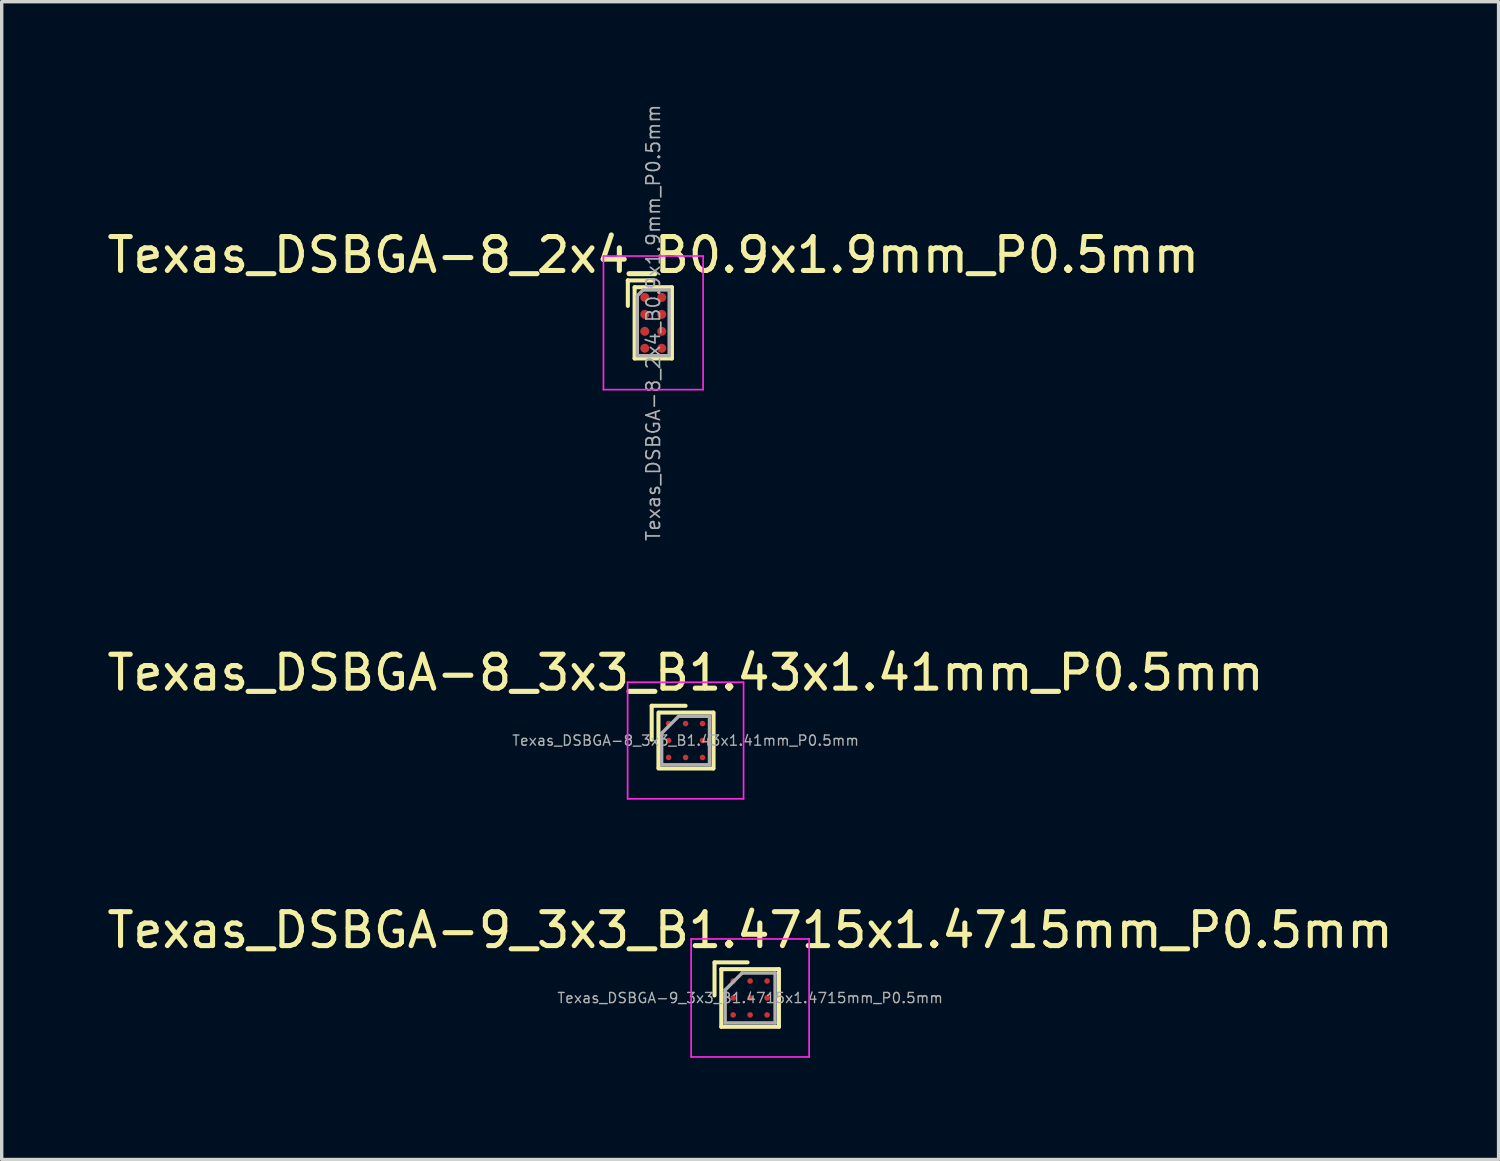
<source format=kicad_pcb>
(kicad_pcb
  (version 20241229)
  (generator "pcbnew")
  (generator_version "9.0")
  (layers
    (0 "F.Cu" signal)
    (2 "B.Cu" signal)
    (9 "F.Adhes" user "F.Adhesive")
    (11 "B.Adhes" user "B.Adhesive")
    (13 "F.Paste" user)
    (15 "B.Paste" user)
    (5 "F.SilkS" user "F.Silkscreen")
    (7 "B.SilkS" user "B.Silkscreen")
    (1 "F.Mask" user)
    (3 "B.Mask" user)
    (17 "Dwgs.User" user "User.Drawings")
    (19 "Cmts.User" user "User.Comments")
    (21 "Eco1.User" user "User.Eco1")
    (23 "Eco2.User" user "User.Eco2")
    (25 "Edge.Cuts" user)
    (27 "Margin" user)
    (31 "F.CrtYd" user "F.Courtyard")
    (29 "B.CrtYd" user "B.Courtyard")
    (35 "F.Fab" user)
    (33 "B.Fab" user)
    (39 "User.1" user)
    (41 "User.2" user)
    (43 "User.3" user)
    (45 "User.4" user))
  (footprint "Texas_DSBGA-8_2x4_B0.9x1.9mm_P0.5mm"
    (layer "F.Cu")
    (at 16.22 6.473)
    (property "Reference" "Texas_DSBGA-8_2x4_B0.9x1.9mm_P0.5mm" (at 0 -2 0) (layer "F.SilkS") (effects (font (size 1 1) (thickness 0.15))))
    (attr smd)
    (fp_line (start -0.75 -1.25) (end -0.75 -1.25) (stroke (width 0.12) (type solid)) (layer "F.SilkS"))
    (fp_line (start -0.75 -1.25) (end -0.75 -0.5) (stroke (width 0.12) (type solid)) (layer "F.SilkS"))
    (fp_line (start -0.55 -1.05) (end -0.55 1.05) (stroke (width 0.12) (type solid)) (layer "F.SilkS"))
    (fp_line (start -0.55 1.05) (end 0.55 1.05) (stroke (width 0.12) (type solid)) (layer "F.SilkS"))
    (fp_line (start 0 -1.25) (end -0.75 -1.25) (stroke (width 0.12) (type solid)) (layer "F.SilkS"))
    (fp_line (start 0.55 -1.05) (end -0.55 -1.05) (stroke (width 0.12) (type solid)) (layer "F.SilkS"))
    (fp_line (start 0.55 -1.05) (end 0.55 1.05) (stroke (width 0.12) (type solid)) (layer "F.SilkS"))
    (fp_line (start -1.47 -1.97) (end -1.47 1.97) (stroke (width 0.05) (type solid)) (layer "F.CrtYd"))
    (fp_line (start -1.47 1.97) (end 1.47 1.97) (stroke (width 0.05) (type solid)) (layer "F.CrtYd"))
    (fp_line (start 1.47 -1.97) (end -1.47 -1.97) (stroke (width 0.05) (type solid)) (layer "F.CrtYd"))
    (fp_line (start 1.47 1.97) (end 1.47 -1.97) (stroke (width 0.05) (type solid)) (layer "F.CrtYd"))
    (fp_line (start -0.47 -0.8) (end -0.47 0.97) (stroke (width 0.1) (type solid)) (layer "F.Fab"))
    (fp_line (start -0.47 -0.8) (end -0.3 -0.97) (stroke (width 0.1) (type solid)) (layer "F.Fab"))
    (fp_line (start -0.47 0.97) (end 0.47 0.97) (stroke (width 0.1) (type solid)) (layer "F.Fab"))
    (fp_line (start 0.47 -0.97) (end -0.3 -0.97) (stroke (width 0.1) (type solid)) (layer "F.Fab"))
    (fp_line (start 0.47 0.97) (end 0.47 -0.97) (stroke (width 0.1) (type solid)) (layer "F.Fab"))
    (fp_text user "${REFERENCE}" (at 0 0 90) (layer "F.Fab") (effects (font (size 0.4 0.4) (thickness 0.05))))
    (pad "" smd rect (at -0.25 -0.75) (size 0.3 0.3) (layers "F.Paste"))
    (pad "" smd rect (at -0.25 -0.25) (size 0.3 0.3) (layers "F.Paste"))
    (pad "" smd rect (at -0.25 0.25) (size 0.3 0.3) (layers "F.Paste"))
    (pad "" smd rect (at -0.25 0.75) (size 0.3 0.3) (layers "F.Paste"))
    (pad "" smd rect (at 0.25 -0.75) (size 0.3 0.3) (layers "F.Paste"))
    (pad "" smd rect (at 0.25 -0.25) (size 0.3 0.3) (layers "F.Paste"))
    (pad "" smd rect (at 0.25 0.25) (size 0.3 0.3) (layers "F.Paste"))
    (pad "" smd rect (at 0.25 0.75) (size 0.3 0.3) (layers "F.Paste"))
    (pad "A1" smd circle (at -0.25 -0.75) (size 0.265 0.265) (layers "F.Cu" "F.Mask"))
    (pad "A2" smd circle (at 0.25 -0.75) (size 0.265 0.265) (layers "F.Cu" "F.Mask"))
    (pad "B1" smd circle (at -0.25 -0.25) (size 0.265 0.265) (layers "F.Cu" "F.Mask"))
    (pad "B2" smd circle (at 0.25 -0.25) (size 0.265 0.265) (layers "F.Cu" "F.Mask"))
    (pad "C1" smd circle (at -0.25 0.25) (size 0.265 0.265) (layers "F.Cu" "F.Mask"))
    (pad "C2" smd circle (at 0.25 0.25) (size 0.265 0.265) (layers "F.Cu" "F.Mask"))
    (pad "D1" smd circle (at -0.25 0.75) (size 0.265 0.265) (layers "F.Cu" "F.Mask"))
    (pad "D2" smd circle (at 0.25 0.75) (size 0.265 0.265) (layers "F.Cu" "F.Mask")))
  (footprint "Texas_DSBGA-9_3x3_B1.4715x1.4715mm_P0.5mm"
    (layer "F.Cu")
    (at 19.077 26.388)
    (property "Reference" "Texas_DSBGA-9_3x3_B1.4715x1.4715mm_P0.5mm" (at 0 -2 0) (layer "F.SilkS") (effects (font (size 1 1) (thickness 0.15))))
    (attr smd)
    (fp_line (start -1.05 -1.05) (end -1.05 -0.075) (stroke (width 0.12) (type solid)) (layer "F.SilkS"))
    (fp_line (start -0.85 -0.85) (end -0.85 0.85) (stroke (width 0.12) (type solid)) (layer "F.SilkS"))
    (fp_line (start -0.85 -0.85) (end 0.85 -0.85) (stroke (width 0.12) (type solid)) (layer "F.SilkS"))
    (fp_line (start -0.075 -1.05) (end -1.05 -1.05) (stroke (width 0.12) (type solid)) (layer "F.SilkS"))
    (fp_line (start 0.85 -0.85) (end 0.85 0.85) (stroke (width 0.12) (type solid)) (layer "F.SilkS"))
    (fp_line (start 0.85 0.85) (end -0.85 0.85) (stroke (width 0.12) (type solid)) (layer "F.SilkS"))
    (fp_line (start -1.74 -1.74) (end -1.74 1.74) (stroke (width 0.05) (type solid)) (layer "F.CrtYd"))
    (fp_line (start -1.74 1.74) (end 1.74 1.74) (stroke (width 0.05) (type solid)) (layer "F.CrtYd"))
    (fp_line (start 1.74 -1.74) (end -1.74 -1.74) (stroke (width 0.05) (type solid)) (layer "F.CrtYd"))
    (fp_line (start 1.74 1.74) (end 1.74 -1.74) (stroke (width 0.05) (type solid)) (layer "F.CrtYd"))
    (fp_line (start -0.736 -0.236) (end -0.736 0.736) (stroke (width 0.1) (type solid)) (layer "F.Fab"))
    (fp_line (start -0.736 -0.236) (end -0.236 -0.736) (stroke (width 0.1) (type solid)) (layer "F.Fab"))
    (fp_line (start -0.736 0.736) (end 0.736 0.736) (stroke (width 0.1) (type solid)) (layer "F.Fab"))
    (fp_line (start 0.736 -0.736) (end -0.236 -0.736) (stroke (width 0.1) (type solid)) (layer "F.Fab"))
    (fp_line (start 0.736 0.736) (end 0.736 -0.736) (stroke (width 0.1) (type solid)) (layer "F.Fab"))
    (fp_text user "${REFERENCE}" (at 0 0 0) (layer "F.Fab") (effects (font (size 0.3 0.3) (thickness 0.04))))
    (pad "" smd rect (at -0.5 -0.5) (size 0.3 0.3) (layers "F.Paste"))
    (pad "" smd rect (at -0.5 0) (size 0.3 0.3) (layers "F.Paste"))
    (pad "" smd rect (at -0.5 0.5) (size 0.3 0.3) (layers "F.Paste"))
    (pad "" smd rect (at 0 -0.5) (size 0.3 0.3) (layers "F.Paste"))
    (pad "" smd rect (at 0 0) (size 0.3 0.3) (layers "F.Paste"))
    (pad "" smd rect (at 0 0.5) (size 0.3 0.3) (layers "F.Paste"))
    (pad "" smd rect (at 0.5 -0.5) (size 0.3 0.3) (layers "F.Paste"))
    (pad "" smd rect (at 0.5 0) (size 0.3 0.3) (layers "F.Paste"))
    (pad "" smd rect (at 0.5 0.5) (size 0.3 0.3) (layers "F.Paste"))
    (pad "A1" smd circle (at -0.5 -0.5) (size 0.165 0.165) (layers "F.Cu" "F.Mask"))
    (pad "A2" smd circle (at 0 -0.5) (size 0.165 0.165) (layers "F.Cu" "F.Mask"))
    (pad "A3" smd circle (at 0.5 -0.5) (size 0.165 0.165) (layers "F.Cu" "F.Mask"))
    (pad "B1" smd circle (at -0.5 0) (size 0.165 0.165) (layers "F.Cu" "F.Mask"))
    (pad "B2" smd circle (at 0 0) (size 0.165 0.165) (layers "F.Cu" "F.Mask"))
    (pad "B3" smd circle (at 0.5 0) (size 0.165 0.165) (layers "F.Cu" "F.Mask" "F.Paste"))
    (pad "C1" smd circle (at -0.5 0.5) (size 0.165 0.165) (layers "F.Cu" "F.Mask"))
    (pad "C2" smd circle (at 0 0.5) (size 0.165 0.165) (layers "F.Cu" "F.Mask"))
    (pad "C3" smd circle (at 0.5 0.5) (size 0.165 0.165) (layers "F.Cu" "F.Mask")))
  (footprint "Texas_DSBGA-8_3x3_B1.43x1.41mm_P0.5mm"
    (layer "F.Cu")
    (at 17.173 18.794)
    (property "Reference" "Texas_DSBGA-8_3x3_B1.43x1.41mm_P0.5mm" (at 0 -2 0) (layer "F.SilkS") (effects (font (size 1 1) (thickness 0.15))))
    (attr smd)
    (fp_line (start -1 -1.025) (end -1 -0.025) (stroke (width 0.12) (type solid)) (layer "F.SilkS"))
    (fp_line (start -0.8 -0.825) (end -0.8 0.8) (stroke (width 0.12) (type solid)) (layer "F.SilkS"))
    (fp_line (start -0.775 -0.825) (end 0.815 -0.825) (stroke (width 0.12) (type solid)) (layer "F.SilkS"))
    (fp_line (start 0 -1.025) (end -1 -1.025) (stroke (width 0.12) (type solid)) (layer "F.SilkS"))
    (fp_line (start 0.815 0.825) (end -0.8 0.825) (stroke (width 0.12) (type solid)) (layer "F.SilkS"))
    (fp_line (start 0.825 -0.825) (end 0.825 0.825) (stroke (width 0.12) (type solid)) (layer "F.SilkS"))
    (fp_line (start -1.71 -1.72) (end -1.71 1.72) (stroke (width 0.05) (type solid)) (layer "F.CrtYd"))
    (fp_line (start -1.71 1.72) (end 1.71 1.72) (stroke (width 0.05) (type solid)) (layer "F.CrtYd"))
    (fp_line (start 1.71 -1.72) (end -1.71 -1.72) (stroke (width 0.05) (type solid)) (layer "F.CrtYd"))
    (fp_line (start 1.71 1.72) (end 1.71 -1.72) (stroke (width 0.05) (type solid)) (layer "F.CrtYd"))
    (fp_line (start -0.705 -0.215) (end -0.705 0.715) (stroke (width 0.1) (type solid)) (layer "F.Fab"))
    (fp_line (start -0.705 -0.215) (end -0.205 -0.715) (stroke (width 0.1) (type solid)) (layer "F.Fab"))
    (fp_line (start -0.705 0.715) (end 0.705 0.715) (stroke (width 0.1) (type solid)) (layer "F.Fab"))
    (fp_line (start 0.705 -0.715) (end -0.205 -0.715) (stroke (width 0.1) (type solid)) (layer "F.Fab"))
    (fp_line (start 0.705 0.715) (end 0.705 -0.715) (stroke (width 0.1) (type solid)) (layer "F.Fab"))
    (fp_text user "${REFERENCE}" (at 0 0 0) (layer "F.Fab") (effects (font (size 0.3 0.3) (thickness 0.04))))
    (pad "" smd rect (at -0.5 -0.5) (size 0.3 0.3) (layers "F.Paste"))
    (pad "" smd rect (at -0.5 0) (size 0.3 0.3) (layers "F.Paste"))
    (pad "" smd rect (at -0.5 0.5) (size 0.3 0.3) (layers "F.Paste"))
    (pad "" smd rect (at 0 -0.5) (size 0.3 0.3) (layers "F.Paste"))
    (pad "" smd rect (at 0 0.5) (size 0.3 0.3) (layers "F.Paste"))
    (pad "" smd rect (at 0.5 -0.5) (size 0.3 0.3) (layers "F.Paste"))
    (pad "" smd rect (at 0.5 0) (size 0.3 0.3) (layers "F.Paste"))
    (pad "" smd rect (at 0.5 0.5) (size 0.3 0.3) (layers "F.Paste"))
    (pad "A1" smd circle (at -0.5 -0.5) (size 0.165 0.165) (layers "F.Cu" "F.Mask"))
    (pad "A2" smd circle (at 0 -0.5) (size 0.165 0.165) (layers "F.Cu" "F.Mask"))
    (pad "A3" smd circle (at 0.5 -0.5) (size 0.165 0.165) (layers "F.Cu" "F.Mask"))
    (pad "B1" smd circle (at -0.5 0) (size 0.165 0.165) (layers "F.Cu" "F.Mask"))
    (pad "B3" smd circle (at 0.5 0) (size 0.165 0.165) (layers "F.Cu" "F.Mask" "F.Paste"))
    (pad "C1" smd circle (at -0.5 0.5) (size 0.165 0.165) (layers "F.Cu" "F.Mask"))
    (pad "C2" smd circle (at 0 0.5) (size 0.165 0.165) (layers "F.Cu" "F.Mask"))
    (pad "C3" smd circle (at 0.5 0.5) (size 0.165 0.165) (layers "F.Cu" "F.Mask")))
  (gr_rect
    (start -3 -3)
    (end 41.155 31.153)
    (stroke (width 0.1) (type default))
    (fill no)
    (layer "Edge.Cuts")))
</source>
